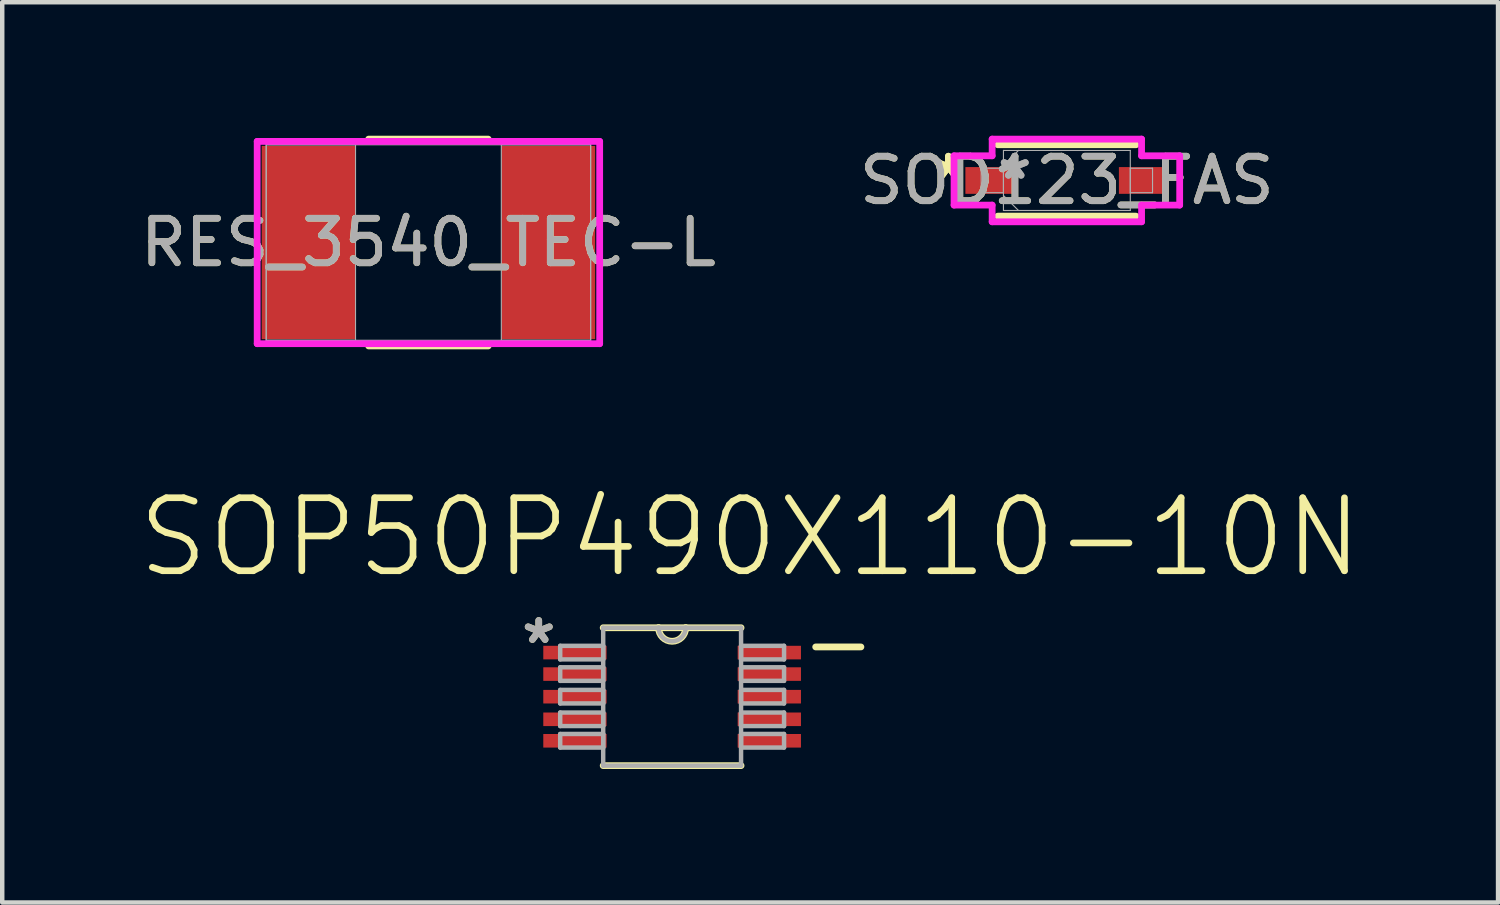
<source format=kicad_pcb>
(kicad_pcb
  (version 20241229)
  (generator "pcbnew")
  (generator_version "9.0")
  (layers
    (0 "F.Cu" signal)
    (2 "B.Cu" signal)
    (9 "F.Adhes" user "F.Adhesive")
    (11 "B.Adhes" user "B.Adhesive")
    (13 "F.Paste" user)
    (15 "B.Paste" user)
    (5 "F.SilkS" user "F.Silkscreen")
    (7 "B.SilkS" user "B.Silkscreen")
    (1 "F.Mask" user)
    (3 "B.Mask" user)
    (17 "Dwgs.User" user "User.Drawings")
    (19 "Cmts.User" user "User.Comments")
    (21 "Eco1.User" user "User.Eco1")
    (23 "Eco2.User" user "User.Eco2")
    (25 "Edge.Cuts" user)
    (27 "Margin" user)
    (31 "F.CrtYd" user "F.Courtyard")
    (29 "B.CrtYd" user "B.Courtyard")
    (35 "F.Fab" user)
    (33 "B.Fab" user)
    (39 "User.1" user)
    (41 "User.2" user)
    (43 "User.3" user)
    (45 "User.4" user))
  (footprint "SOP50P490X110-10N"
    (layer "F.Cu")
    (at 12.053 12.605)
    (property "Reference" "SOP50P490X110-10N" (at 1.753 -3.581 0) (layer "F.SilkS") (effects (font (size 1.64 1.64) (thickness 0.15))))
    (attr smd)
    (fp_line (start -1.549 1.549) (end 1.549 1.549) (stroke (width 0.152) (type solid)) (layer "F.SilkS"))
    (fp_line (start -0.305 -1.549) (end -1.549 -1.549) (stroke (width 0.152) (type solid)) (layer "F.SilkS"))
    (fp_line (start 0.305 -1.549) (end -0.305 -1.549) (stroke (width 0.152) (type solid)) (layer "F.SilkS"))
    (fp_line (start 1.549 -1.549) (end 0.305 -1.549) (stroke (width 0.152) (type solid)) (layer "F.SilkS"))
    (fp_line (start 3.226 -1.118) (end 4.242 -1.118) (stroke (width 0.152) (type solid)) (layer "F.SilkS"))
    (fp_arc (start 0.3048 -1.5494) (mid 0 -1.2446) (end -0.3048 -1.5494) (stroke (width 0.1524) (type solid)) (layer "F.SilkS"))
    (fp_line (start -2.515 -1.143) (end -2.515 -0.838) (stroke (width 0.1) (type solid)) (layer "F.Fab"))
    (fp_line (start -2.515 -0.838) (end -1.549 -0.838) (stroke (width 0.1) (type solid)) (layer "F.Fab"))
    (fp_line (start -2.515 -0.66) (end -2.515 -0.356) (stroke (width 0.1) (type solid)) (layer "F.Fab"))
    (fp_line (start -2.515 -0.356) (end -1.549 -0.356) (stroke (width 0.1) (type solid)) (layer "F.Fab"))
    (fp_line (start -2.515 -0.152) (end -2.515 0.152) (stroke (width 0.1) (type solid)) (layer "F.Fab"))
    (fp_line (start -2.515 0.152) (end -1.549 0.152) (stroke (width 0.1) (type solid)) (layer "F.Fab"))
    (fp_line (start -2.515 0.356) (end -2.515 0.66) (stroke (width 0.1) (type solid)) (layer "F.Fab"))
    (fp_line (start -2.515 0.66) (end -1.549 0.66) (stroke (width 0.1) (type solid)) (layer "F.Fab"))
    (fp_line (start -2.515 0.838) (end -2.515 1.143) (stroke (width 0.1) (type solid)) (layer "F.Fab"))
    (fp_line (start -2.515 1.143) (end -1.549 1.143) (stroke (width 0.1) (type solid)) (layer "F.Fab"))
    (fp_line (start -1.549 -1.549) (end -1.549 1.549) (stroke (width 0.1) (type solid)) (layer "F.Fab"))
    (fp_line (start -1.549 -1.143) (end -2.515 -1.143) (stroke (width 0.1) (type solid)) (layer "F.Fab"))
    (fp_line (start -1.549 -0.838) (end -1.549 -1.143) (stroke (width 0.1) (type solid)) (layer "F.Fab"))
    (fp_line (start -1.549 -0.66) (end -2.515 -0.66) (stroke (width 0.1) (type solid)) (layer "F.Fab"))
    (fp_line (start -1.549 -0.356) (end -1.549 -0.66) (stroke (width 0.1) (type solid)) (layer "F.Fab"))
    (fp_line (start -1.549 -0.152) (end -2.515 -0.152) (stroke (width 0.1) (type solid)) (layer "F.Fab"))
    (fp_line (start -1.549 0.152) (end -1.549 -0.152) (stroke (width 0.1) (type solid)) (layer "F.Fab"))
    (fp_line (start -1.549 0.356) (end -2.515 0.356) (stroke (width 0.1) (type solid)) (layer "F.Fab"))
    (fp_line (start -1.549 0.66) (end -1.549 0.356) (stroke (width 0.1) (type solid)) (layer "F.Fab"))
    (fp_line (start -1.549 0.838) (end -2.515 0.838) (stroke (width 0.1) (type solid)) (layer "F.Fab"))
    (fp_line (start -1.549 1.143) (end -1.549 0.838) (stroke (width 0.1) (type solid)) (layer "F.Fab"))
    (fp_line (start -1.549 1.549) (end 1.549 1.549) (stroke (width 0.1) (type solid)) (layer "F.Fab"))
    (fp_line (start -0.305 -1.549) (end -1.549 -1.549) (stroke (width 0.1) (type solid)) (layer "F.Fab"))
    (fp_line (start 0.305 -1.549) (end -0.305 -1.549) (stroke (width 0.1) (type solid)) (layer "F.Fab"))
    (fp_line (start 1.549 -1.549) (end 0.305 -1.549) (stroke (width 0.1) (type solid)) (layer "F.Fab"))
    (fp_line (start 1.549 -1.143) (end 1.549 -0.838) (stroke (width 0.1) (type solid)) (layer "F.Fab"))
    (fp_line (start 1.549 -0.838) (end 2.515 -0.838) (stroke (width 0.1) (type solid)) (layer "F.Fab"))
    (fp_line (start 1.549 -0.66) (end 1.549 -0.356) (stroke (width 0.1) (type solid)) (layer "F.Fab"))
    (fp_line (start 1.549 -0.356) (end 2.515 -0.356) (stroke (width 0.1) (type solid)) (layer "F.Fab"))
    (fp_line (start 1.549 -0.152) (end 1.549 0.152) (stroke (width 0.1) (type solid)) (layer "F.Fab"))
    (fp_line (start 1.549 0.152) (end 2.515 0.152) (stroke (width 0.1) (type solid)) (layer "F.Fab"))
    (fp_line (start 1.549 0.356) (end 1.549 0.66) (stroke (width 0.1) (type solid)) (layer "F.Fab"))
    (fp_line (start 1.549 0.66) (end 2.515 0.66) (stroke (width 0.1) (type solid)) (layer "F.Fab"))
    (fp_line (start 1.549 0.838) (end 1.549 1.143) (stroke (width 0.1) (type solid)) (layer "F.Fab"))
    (fp_line (start 1.549 1.143) (end 2.515 1.143) (stroke (width 0.1) (type solid)) (layer "F.Fab"))
    (fp_line (start 1.549 1.549) (end 1.549 -1.549) (stroke (width 0.1) (type solid)) (layer "F.Fab"))
    (fp_line (start 2.515 -1.143) (end 1.549 -1.143) (stroke (width 0.1) (type solid)) (layer "F.Fab"))
    (fp_line (start 2.515 -0.838) (end 2.515 -1.143) (stroke (width 0.1) (type solid)) (layer "F.Fab"))
    (fp_line (start 2.515 -0.66) (end 1.549 -0.66) (stroke (width 0.1) (type solid)) (layer "F.Fab"))
    (fp_line (start 2.515 -0.356) (end 2.515 -0.66) (stroke (width 0.1) (type solid)) (layer "F.Fab"))
    (fp_line (start 2.515 -0.152) (end 1.549 -0.152) (stroke (width 0.1) (type solid)) (layer "F.Fab"))
    (fp_line (start 2.515 0.152) (end 2.515 -0.152) (stroke (width 0.1) (type solid)) (layer "F.Fab"))
    (fp_line (start 2.515 0.356) (end 1.549 0.356) (stroke (width 0.1) (type solid)) (layer "F.Fab"))
    (fp_line (start 2.515 0.66) (end 2.515 0.356) (stroke (width 0.1) (type solid)) (layer "F.Fab"))
    (fp_line (start 2.515 0.838) (end 1.549 0.838) (stroke (width 0.1) (type solid)) (layer "F.Fab"))
    (fp_line (start 2.515 1.143) (end 2.515 0.838) (stroke (width 0.1) (type solid)) (layer "F.Fab"))
    (fp_arc (start 0.3048 -1.5494) (mid 0 -1.2446) (end -0.3048 -1.5494) (stroke (width 0.1) (type solid)) (layer "F.Fab"))
    (fp_text user "*" (at -2.997 -1.168 0) (layer "F.SilkS") (effects (font (size 1 1) (thickness 0.15))))
    (fp_text user "*" (at -2.997 -1.168 0) (layer "F.Fab") (effects (font (size 1 1) (thickness 0.15))))
    (pad "1" smd rect (at -2.184 -0.991) (size 1.422 0.305) (layers "F.Cu" "F.Mask" "F.Paste"))
    (pad "2" smd rect (at -2.184 -0.508) (size 1.422 0.305) (layers "F.Cu" "F.Mask" "F.Paste"))
    (pad "3" smd rect (at -2.184 0) (size 1.422 0.305) (layers "F.Cu" "F.Mask" "F.Paste"))
    (pad "4" smd rect (at -2.184 0.508) (size 1.422 0.305) (layers "F.Cu" "F.Mask" "F.Paste"))
    (pad "5" smd rect (at -2.184 0.991) (size 1.422 0.305) (layers "F.Cu" "F.Mask" "F.Paste"))
    (pad "6" smd rect (at 2.184 0.991) (size 1.422 0.305) (layers "F.Cu" "F.Mask" "F.Paste"))
    (pad "7" smd rect (at 2.184 0.508) (size 1.422 0.305) (layers "F.Cu" "F.Mask" "F.Paste"))
    (pad "8" smd rect (at 2.184 0) (size 1.422 0.305) (layers "F.Cu" "F.Mask" "F.Paste"))
    (pad "9" smd rect (at 2.184 -0.508) (size 1.422 0.305) (layers "F.Cu" "F.Mask" "F.Paste"))
    (pad "10" smd rect (at 2.184 -0.991) (size 1.422 0.305) (layers "F.Cu" "F.Mask" "F.Paste")))
  (footprint "RES_3540_TEC-L"
    (layer "F.Cu")
    (at 6.577 2.4)
    (property "Reference" "RES_3540_TEC-L" (at 0 0 0) (unlocked yes) (layer "F.SilkS") (effects (font (size 1 1) (thickness 0.15))))
    (attr smd)
    (fp_line (start -1.343 2.324) (end 1.343 2.324) (stroke (width 0.152) (type solid)) (layer "F.SilkS"))
    (fp_line (start 1.343 -2.324) (end -1.343 -2.324) (stroke (width 0.152) (type solid)) (layer "F.SilkS"))
    (fp_line (start -3.848 -2.273) (end 3.848 -2.273) (stroke (width 0.152) (type solid)) (layer "F.CrtYd"))
    (fp_line (start -3.848 2.273) (end -3.848 -2.273) (stroke (width 0.152) (type solid)) (layer "F.CrtYd"))
    (fp_line (start 3.848 -2.273) (end 3.848 2.273) (stroke (width 0.152) (type solid)) (layer "F.CrtYd"))
    (fp_line (start 3.848 2.273) (end -3.848 2.273) (stroke (width 0.152) (type solid)) (layer "F.CrtYd"))
    (fp_line (start -3.645 -2.197) (end -3.645 2.197) (stroke (width 0.025) (type solid)) (layer "F.Fab"))
    (fp_line (start -3.645 -2.197) (end -3.645 2.197) (stroke (width 0.025) (type solid)) (layer "F.Fab"))
    (fp_line (start -3.645 2.197) (end -1.638 2.197) (stroke (width 0.025) (type solid)) (layer "F.Fab"))
    (fp_line (start -3.645 2.197) (end 3.645 2.197) (stroke (width 0.025) (type solid)) (layer "F.Fab"))
    (fp_line (start -1.638 -2.197) (end -3.645 -2.197) (stroke (width 0.025) (type solid)) (layer "F.Fab"))
    (fp_line (start -1.638 2.197) (end -1.638 -2.197) (stroke (width 0.025) (type solid)) (layer "F.Fab"))
    (fp_line (start 1.638 -2.197) (end 1.638 2.197) (stroke (width 0.025) (type solid)) (layer "F.Fab"))
    (fp_line (start 1.638 2.197) (end 3.645 2.197) (stroke (width 0.025) (type solid)) (layer "F.Fab"))
    (fp_line (start 3.645 -2.197) (end -3.645 -2.197) (stroke (width 0.025) (type solid)) (layer "F.Fab"))
    (fp_line (start 3.645 -2.197) (end 1.638 -2.197) (stroke (width 0.025) (type solid)) (layer "F.Fab"))
    (fp_line (start 3.645 2.197) (end 3.645 -2.197) (stroke (width 0.025) (type solid)) (layer "F.Fab"))
    (fp_line (start 3.645 2.197) (end 3.645 -2.197) (stroke (width 0.025) (type solid)) (layer "F.Fab"))
    (fp_text user "${REFERENCE}" (at 0 0 0) (unlocked yes) (layer "F.Fab") (effects (font (size 1 1) (thickness 0.15))))
    (pad "1" smd rect (at -2.692 0) (size 2.108 4.343) (layers "F.Cu" "F.Mask" "F.Paste"))
    (pad "2" smd rect (at 2.692 0) (size 2.108 4.343) (layers "F.Cu" "F.Mask" "F.Paste"))
    (zone (net_name "") (layer "F.Cu") (hatch full 0.508) (connect_pads) (min_thickness 0.254) (filled_areas_thickness no) (keepout (tracks not_allowed) (vias not_allowed) (pads allowed) (copperpour not_allowed) (footprints allowed)) (placement (enabled no)) (fill) (polygon (pts (xy 4.99 0.254) (xy 8.165 0.254) (xy 8.165 4.547) (xy 4.99 4.547)))))
  (footprint "SOD123_FAS"
    (layer "F.Cu")
    (at 20.923 1.005)
    (property "Reference" "SOD123_FAS" (at 0 0 0) (unlocked yes) (layer "F.SilkS") (effects (font (size 1 1) (thickness 0.15))))
    (attr smd)
    (fp_line (start -1.552 0.802) (end 1.552 0.802) (stroke (width 0.152) (type solid)) (layer "F.SilkS"))
    (fp_line (start 1.552 -0.802) (end -1.552 -0.802) (stroke (width 0.152) (type solid)) (layer "F.SilkS"))
    (fp_line (start -2.535 -0.554) (end -1.679 -0.554) (stroke (width 0.152) (type solid)) (layer "F.CrtYd"))
    (fp_line (start -2.535 0.554) (end -2.535 -0.554) (stroke (width 0.152) (type solid)) (layer "F.CrtYd"))
    (fp_line (start -1.679 -0.929) (end 1.679 -0.929) (stroke (width 0.152) (type solid)) (layer "F.CrtYd"))
    (fp_line (start -1.679 -0.554) (end -1.679 -0.929) (stroke (width 0.152) (type solid)) (layer "F.CrtYd"))
    (fp_line (start -1.679 0.554) (end -2.535 0.554) (stroke (width 0.152) (type solid)) (layer "F.CrtYd"))
    (fp_line (start -1.679 0.929) (end -1.679 0.554) (stroke (width 0.152) (type solid)) (layer "F.CrtYd"))
    (fp_line (start 1.679 -0.929) (end 1.679 -0.554) (stroke (width 0.152) (type solid)) (layer "F.CrtYd"))
    (fp_line (start 1.679 -0.554) (end 2.535 -0.554) (stroke (width 0.152) (type solid)) (layer "F.CrtYd"))
    (fp_line (start 1.679 0.554) (end 1.679 0.929) (stroke (width 0.152) (type solid)) (layer "F.CrtYd"))
    (fp_line (start 1.679 0.929) (end -1.679 0.929) (stroke (width 0.152) (type solid)) (layer "F.CrtYd"))
    (fp_line (start 2.535 -0.554) (end 2.535 0.554) (stroke (width 0.152) (type solid)) (layer "F.CrtYd"))
    (fp_line (start 2.535 0.554) (end 1.679 0.554) (stroke (width 0.152) (type solid)) (layer "F.CrtYd"))
    (fp_line (start -1.925 -0.275) (end -1.925 0.275) (stroke (width 0.025) (type solid)) (layer "F.Fab"))
    (fp_line (start -1.925 0.275) (end -1.425 0.275) (stroke (width 0.025) (type solid)) (layer "F.Fab"))
    (fp_line (start -1.425 -0.675) (end -1.425 0.675) (stroke (width 0.025) (type solid)) (layer "F.Fab"))
    (fp_line (start -1.425 -0.338) (end -1.087 -0.675) (stroke (width 0.025) (type solid)) (layer "F.Fab"))
    (fp_line (start -1.425 -0.275) (end -1.925 -0.275) (stroke (width 0.025) (type solid)) (layer "F.Fab"))
    (fp_line (start -1.425 0.275) (end -1.425 -0.275) (stroke (width 0.025) (type solid)) (layer "F.Fab"))
    (fp_line (start -1.425 0.338) (end -1.087 0.675) (stroke (width 0.025) (type solid)) (layer "F.Fab"))
    (fp_line (start -1.425 0.675) (end 1.425 0.675) (stroke (width 0.025) (type solid)) (layer "F.Fab"))
    (fp_line (start 1.425 -0.675) (end -1.425 -0.675) (stroke (width 0.025) (type solid)) (layer "F.Fab"))
    (fp_line (start 1.425 -0.275) (end 1.425 0.275) (stroke (width 0.025) (type solid)) (layer "F.Fab"))
    (fp_line (start 1.425 0.275) (end 1.925 0.275) (stroke (width 0.025) (type solid)) (layer "F.Fab"))
    (fp_line (start 1.425 0.675) (end 1.425 -0.675) (stroke (width 0.025) (type solid)) (layer "F.Fab"))
    (fp_line (start 1.925 -0.275) (end 1.425 -0.275) (stroke (width 0.025) (type solid)) (layer "F.Fab"))
    (fp_line (start 1.925 0.275) (end 1.925 -0.275) (stroke (width 0.025) (type solid)) (layer "F.Fab"))
    (fp_text user "*" (at -2.662 0 0) (layer "F.SilkS") (effects (font (size 1 1) (thickness 0.15))))
    (fp_text user "*" (at -2.662 0 0) (unlocked yes) (layer "F.SilkS") (effects (font (size 1 1) (thickness 0.15))))
    (fp_text user "*" (at -1.171 0 0) (unlocked yes) (layer "F.Fab") (effects (font (size 1 1) (thickness 0.15))))
    (fp_text user "*" (at -1.171 0 0) (layer "F.Fab") (effects (font (size 1 1) (thickness 0.15))))
    (fp_text user "${REFERENCE}" (at 0 0 0) (unlocked yes) (layer "F.Fab") (effects (font (size 1 1) (thickness 0.15))))
    (pad "1" smd rect (at -1.725 0) (size 1.111 0.601) (layers "F.Cu" "F.Mask" "F.Paste"))
    (pad "2" smd rect (at 1.725 0) (size 1.111 0.601) (layers "F.Cu" "F.Mask" "F.Paste")))
  (gr_rect
    (start -3 -3)
    (end 30.612 17.23)
    (stroke (width 0.1) (type default))
    (fill no)
    (layer "Edge.Cuts")))
</source>
